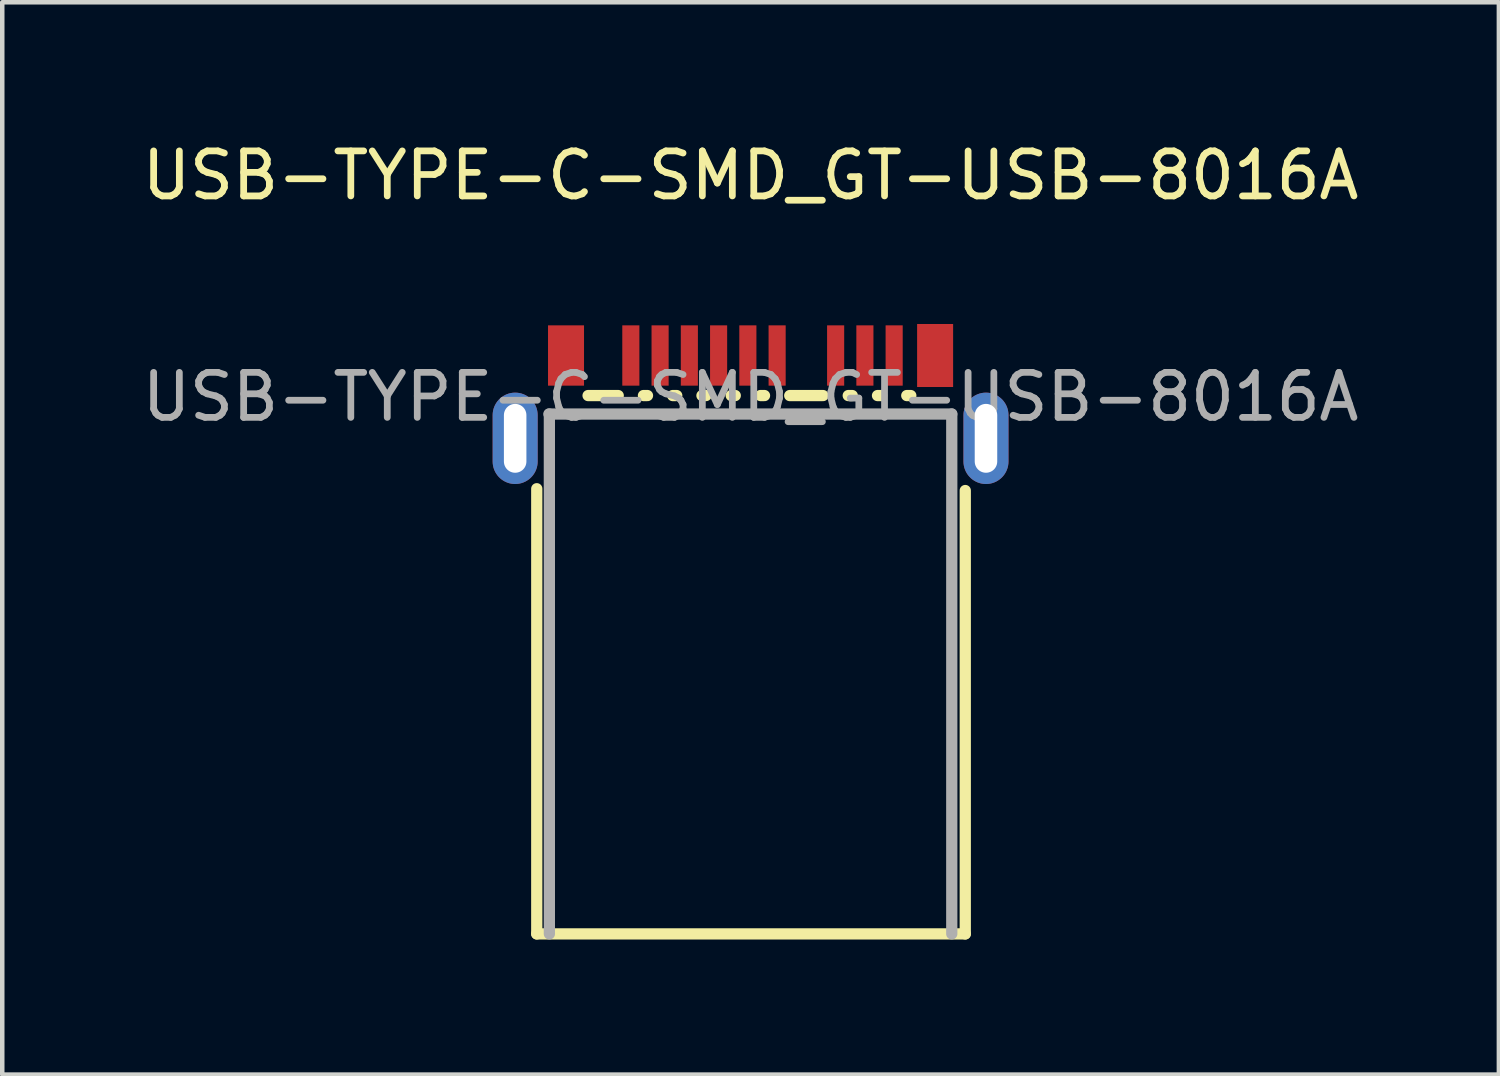
<source format=kicad_pcb>
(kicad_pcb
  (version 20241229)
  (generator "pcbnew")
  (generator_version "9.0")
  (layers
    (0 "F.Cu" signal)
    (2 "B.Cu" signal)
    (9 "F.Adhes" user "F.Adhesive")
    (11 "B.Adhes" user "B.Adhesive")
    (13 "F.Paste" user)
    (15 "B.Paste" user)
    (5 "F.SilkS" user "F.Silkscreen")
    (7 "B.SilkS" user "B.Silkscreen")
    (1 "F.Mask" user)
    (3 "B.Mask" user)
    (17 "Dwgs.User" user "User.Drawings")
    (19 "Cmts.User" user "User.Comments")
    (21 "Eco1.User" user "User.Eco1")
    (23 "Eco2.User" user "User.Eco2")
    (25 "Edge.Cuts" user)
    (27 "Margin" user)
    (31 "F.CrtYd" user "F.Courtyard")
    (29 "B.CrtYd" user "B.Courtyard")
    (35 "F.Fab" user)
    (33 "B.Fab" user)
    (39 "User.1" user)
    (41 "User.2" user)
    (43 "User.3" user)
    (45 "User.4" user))
  (footprint "USB-TYPE-C-SMD_GT-USB-8016A"
    (layer "F.Cu")
    (at 13.625 5.768)
    (property "Reference" "USB-TYPE-C-SMD_GT-USB-8016A" (at 0 -4.92 0) (layer "F.SilkS") (effects (font (size 1 1) (thickness 0.15))))
    (attr smd)
    (fp_line (start -4.75 2.04) (end -4.75 11.93) (stroke (width 0.25) (type solid)) (layer "F.SilkS"))
    (fp_line (start -4.75 11.93) (end 4.77 11.93) (stroke (width 0.25) (type solid)) (layer "F.SilkS"))
    (fp_line (start -3.61 -0.03) (end -2.94 -0.03) (stroke (width 0.25) (type solid)) (layer "F.SilkS"))
    (fp_line (start -2.38 -0.03) (end -2.29 -0.03) (stroke (width 0.25) (type solid)) (layer "F.SilkS"))
    (fp_line (start -1.73 -0.03) (end -1.64 -0.03) (stroke (width 0.25) (type solid)) (layer "F.SilkS"))
    (fp_line (start -1.08 -0.03) (end -0.99 -0.03) (stroke (width 0.25) (type solid)) (layer "F.SilkS"))
    (fp_line (start -0.43 -0.03) (end -0.34 -0.03) (stroke (width 0.25) (type solid)) (layer "F.SilkS"))
    (fp_line (start 0.22 -0.03) (end 0.31 -0.03) (stroke (width 0.25) (type solid)) (layer "F.SilkS"))
    (fp_line (start 0.87 -0.03) (end 1.61 -0.03) (stroke (width 0.25) (type solid)) (layer "F.SilkS"))
    (fp_line (start 2.17 -0.03) (end 2.26 -0.03) (stroke (width 0.25) (type solid)) (layer "F.SilkS"))
    (fp_line (start 2.82 -0.03) (end 2.91 -0.03) (stroke (width 0.25) (type solid)) (layer "F.SilkS"))
    (fp_line (start 3.47 -0.03) (end 3.56 -0.03) (stroke (width 0.25) (type solid)) (layer "F.SilkS"))
    (fp_line (start 4.77 11.93) (end 4.77 2.08) (stroke (width 0.25) (type solid)) (layer "F.SilkS"))
    (fp_line (start -4.48 0.38) (end 4.47 0.38) (stroke (width 0.25) (type solid)) (layer "F.Fab"))
    (fp_line (start -4.47 0.38) (end -4.47 11.93) (stroke (width 0.25) (type solid)) (layer "F.Fab"))
    (fp_line (start 4.47 0.38) (end 4.47 11.93) (stroke (width 0.25) (type solid)) (layer "F.Fab"))
    (fp_text user "${REFERENCE}" (at 0 0 0) (layer "F.Fab") (effects (font (size 1 1) (thickness 0.15))))
    (pad "1" smd rect (at -4.1 -0.92) (size 0.8 1.34) (layers "F.Cu" "F.Mask" "F.Paste"))
    (pad "2" smd rect (at 4.1 -0.92) (size 0.8 1.4) (layers "F.Cu" "F.Mask" "F.Paste"))
    (pad "3" thru_hole oval (at -5.23 0.92) (size 1 2.03) (drill oval 0.5 1.53) (layers "*.Cu" "*.Mask"))
    (pad "4" thru_hole oval (at 5.23 0.92) (size 1 2.03) (drill oval 0.5 1.53) (layers "*.Cu" "*.Mask"))
    (pad "A1" smd rect (at 3.19 -0.92) (size 0.38 1.34) (layers "F.Cu" "F.Mask" "F.Paste"))
    (pad "A2" smd rect (at 2.54 -0.92) (size 0.38 1.34) (layers "F.Cu" "F.Mask" "F.Paste"))
    (pad "A3" smd rect (at 1.89 -0.92) (size 0.38 1.34) (layers "F.Cu" "F.Mask" "F.Paste"))
    (pad "A5" smd rect (at 0.59 -0.92) (size 0.38 1.34) (layers "F.Cu" "F.Mask" "F.Paste"))
    (pad "A6" smd rect (at -0.06 -0.92) (size 0.38 1.34) (layers "F.Cu" "F.Mask" "F.Paste"))
    (pad "A7" smd rect (at -0.71 -0.92) (size 0.38 1.34) (layers "F.Cu" "F.Mask" "F.Paste"))
    (pad "A9" smd rect (at -1.36 -0.92) (size 0.38 1.34) (layers "F.Cu" "F.Mask" "F.Paste"))
    (pad "B10" smd rect (at -2.66 -0.92) (size 0.38 1.34) (layers "F.Cu" "F.Mask" "F.Paste"))
    (pad "B11" smd rect (at -2.01 -0.92) (size 0.38 1.34) (layers "F.Cu" "F.Mask" "F.Paste")))
  (gr_rect
    (start -3 -3)
    (end 30.25 20.823)
    (stroke (width 0.1) (type default))
    (fill no)
    (layer "Edge.Cuts")))
</source>
